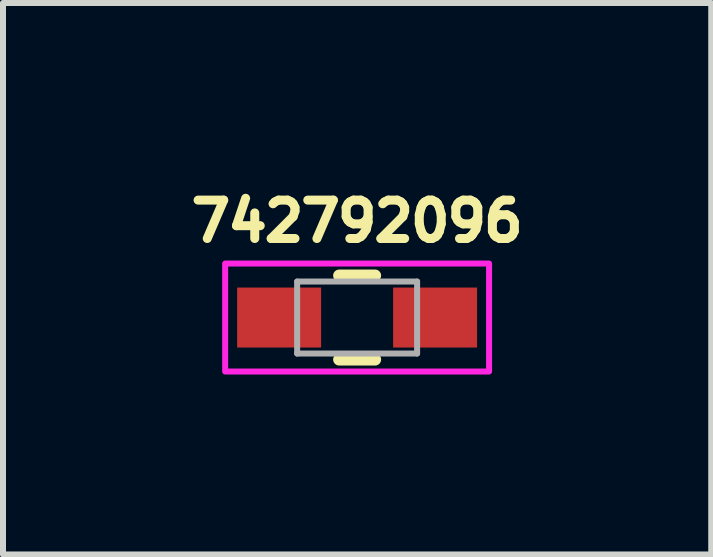
<source format=kicad_pcb>
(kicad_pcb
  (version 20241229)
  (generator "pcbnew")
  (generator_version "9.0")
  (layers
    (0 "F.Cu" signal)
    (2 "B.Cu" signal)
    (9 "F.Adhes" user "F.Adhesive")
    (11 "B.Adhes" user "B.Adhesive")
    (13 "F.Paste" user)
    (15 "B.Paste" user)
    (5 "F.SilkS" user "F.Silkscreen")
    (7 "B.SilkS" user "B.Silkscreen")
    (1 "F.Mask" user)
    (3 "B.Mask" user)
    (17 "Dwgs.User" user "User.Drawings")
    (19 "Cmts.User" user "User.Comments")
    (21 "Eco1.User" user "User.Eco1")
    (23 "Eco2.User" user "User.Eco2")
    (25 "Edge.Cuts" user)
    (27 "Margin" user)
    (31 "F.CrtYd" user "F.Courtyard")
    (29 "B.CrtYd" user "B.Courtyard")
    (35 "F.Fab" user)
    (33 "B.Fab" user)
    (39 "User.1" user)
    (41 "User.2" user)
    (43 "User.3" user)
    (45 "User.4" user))
  (footprint "742792096"
    (layer "F.Cu")
    (at 2.904 2.244)
    (property "Reference" "742792096" (at 0 -1.606 0) (layer "F.SilkS") (effects (font (size 0.64 0.64) (thickness 0.15))))
    (attr smd)
    (fp_line (start -0.3 -0.7) (end 0.3 -0.7) (stroke (width 0.2) (type solid)) (layer "F.SilkS"))
    (fp_line (start 0.3 0.7) (end -0.3 0.7) (stroke (width 0.2) (type solid)) (layer "F.SilkS"))
    (fp_poly (pts (xy -2.2 -0.9) (xy 2.2 -0.9) (xy 2.2 0.9) (xy -2.2 0.9)) (stroke (width 0.1) (type solid)) (fill no) (layer "F.CrtYd"))
    (fp_line (start -1 -0.6) (end -1 0.6) (stroke (width 0.1) (type solid)) (layer "F.Fab"))
    (fp_line (start -1 -0.6) (end 1 -0.6) (stroke (width 0.1) (type solid)) (layer "F.Fab"))
    (fp_line (start 1 -0.6) (end 1 0.6) (stroke (width 0.1) (type solid)) (layer "F.Fab"))
    (fp_line (start 1 0.6) (end -1 0.6) (stroke (width 0.1) (type solid)) (layer "F.Fab"))
    (pad "1" smd rect (at -1.3 0) (size 1.4 1) (layers "F.Cu" "F.Mask" "F.Paste"))
    (pad "2" smd rect (at 1.3 0) (size 1.4 1) (layers "F.Cu" "F.Mask" "F.Paste")))
  (gr_rect
    (start -3 -3)
    (end 8.808 6.194)
    (stroke (width 0.1) (type default))
    (fill no)
    (layer "Edge.Cuts")))
</source>
